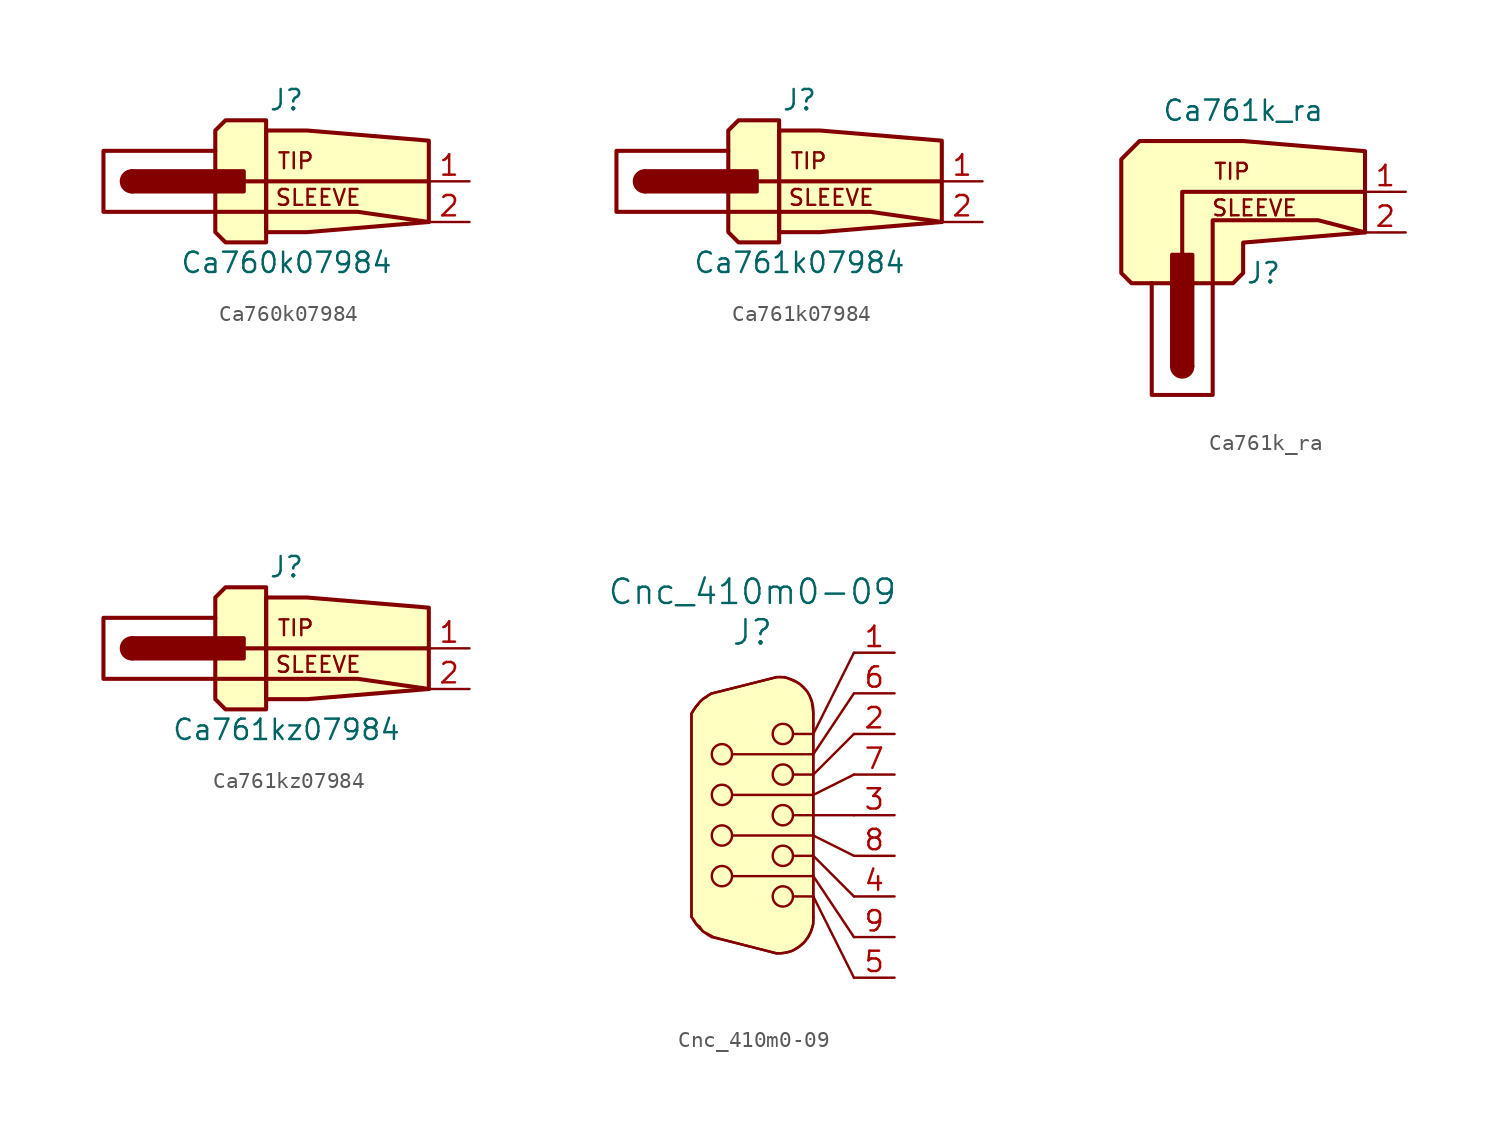
<source format=kicad_sym>
(kicad_symbol_lib
  (version 20211014)
  (generator kicad_symbol_editor)
  (symbol "Ca760k07984"
    (pin_names
      (offset 1.016) hide)
    (property "Reference" "J"
      (at 0 5.08 0)
      (effects (font (size 1.27 1.27))))
    (property "Value" "Ca760k07984"
      (at 0 -5.08 0)
      (effects (font (size 1.27 1.27))))
    (symbol "Ca760k07984_0_0"
      (text "SLEEVE" (at -0.762 -1.016 0) (effects (font (size 0.991 0.991)) (justify left)))
      (text "TIP" (at -0.635 1.27 0) (effects (font (size 0.991 0.991)) (justify left))))
    (symbol "Ca760k07984_0_1"
      (arc (start -9.652 0.635) (mid -10.287 0) (end -9.652 -0.635) (stroke (width 0.254) (type default) (color 0 0 0 0)) (fill (type outline)))
      (rectangle (start -2.667 0.635) (end -9.652 -0.635) (stroke (width 0.254) (type default) (color 0 0 0 0)) (fill (type outline)))
      (polyline (pts (xy 8.89 0) (xy -2.54 0)) (stroke (width 0.254) (type default) (color 0 0 0 0)) (fill (type none)))
      (polyline (pts (xy 8.89 -2.54) (xy 4.445 -1.905) (xy -4.445 -1.905) (xy -11.43 -1.905) (xy -11.43 1.905) (xy -4.445 1.905)) (stroke (width 0.254) (type default) (color 0 0 0 0)) (fill (type none)))
      (polyline (pts (xy -1.27 3.81) (xy -3.81 3.81) (xy -4.445 3.175) (xy -4.445 -3.175) (xy -3.81 -3.81) (xy -1.27 -3.81) (xy -1.27 3.81)) (stroke (width 0.254) (type default) (color 0 0 0 0)) (fill (type background)))
      (polyline (pts (xy 1.27 -3.175) (xy 8.89 -2.54) (xy 8.89 2.54) (xy 1.27 3.175) (xy 0 3.175) (xy -1.27 3.175) (xy -1.27 2.54) (xy -1.27 -3.175) (xy 0 -3.175) (xy 1.27 -3.175) (xy 1.27 -3.175)) (stroke (width 0.254) (type default) (color 0 0 0 0)) (fill (type background))))
    (symbol "Ca760k07984_1_1"
      (pin passive line (at 11.43 0 180) (length 2.54) (name "Tip" (effects (font (size 1.27 1.27)))) (number "1" (effects (font (size 1.27 1.27)))))
      (pin passive line (at 11.43 -2.54 180) (length 2.54) (name "Sleeve" (effects (font (size 1.27 1.27)))) (number "2" (effects (font (size 1.27 1.27)))))))
  (symbol "Ca761k07984"
    (pin_names
      (offset 1.016) hide)
    (property "Reference" "J"
      (at 0 5.08 0)
      (effects (font (size 1.27 1.27))))
    (property "Value" "Ca761k07984"
      (at 0 -5.08 0)
      (effects (font (size 1.27 1.27))))
    (symbol "Ca761k07984_0_0"
      (text "SLEEVE" (at -0.762 -1.016 0) (effects (font (size 0.991 0.991)) (justify left)))
      (text "TIP" (at -0.635 1.27 0) (effects (font (size 0.991 0.991)) (justify left))))
    (symbol "Ca761k07984_0_1"
      (arc (start -9.652 0.635) (mid -10.287 0) (end -9.652 -0.635) (stroke (width 0.254) (type default) (color 0 0 0 0)) (fill (type outline)))
      (rectangle (start -2.667 0.635) (end -9.652 -0.635) (stroke (width 0.254) (type default) (color 0 0 0 0)) (fill (type outline)))
      (polyline (pts (xy 8.89 0) (xy -2.54 0)) (stroke (width 0.254) (type default) (color 0 0 0 0)) (fill (type none)))
      (polyline (pts (xy 8.89 -2.54) (xy 4.445 -1.905) (xy -4.445 -1.905) (xy -11.43 -1.905) (xy -11.43 1.905) (xy -4.445 1.905)) (stroke (width 0.254) (type default) (color 0 0 0 0)) (fill (type none)))
      (polyline (pts (xy -1.27 3.81) (xy -3.81 3.81) (xy -4.445 3.175) (xy -4.445 -3.175) (xy -3.81 -3.81) (xy -1.27 -3.81) (xy -1.27 3.81)) (stroke (width 0.254) (type default) (color 0 0 0 0)) (fill (type background)))
      (polyline (pts (xy 1.27 -3.175) (xy 8.89 -2.54) (xy 8.89 2.54) (xy 1.27 3.175) (xy 0 3.175) (xy -1.27 3.175) (xy -1.27 2.54) (xy -1.27 -3.175) (xy 0 -3.175) (xy 1.27 -3.175) (xy 1.27 -3.175)) (stroke (width 0.254) (type default) (color 0 0 0 0)) (fill (type background))))
    (symbol "Ca761k07984_1_1"
      (pin passive line (at 11.43 0 180) (length 2.54) (name "Tip" (effects (font (size 1.27 1.27)))) (number "1" (effects (font (size 1.27 1.27)))))
      (pin passive line (at 11.43 -2.54 180) (length 2.54) (name "Sleeve" (effects (font (size 1.27 1.27)))) (number "2" (effects (font (size 1.27 1.27)))))))
  (symbol "Ca761k_ra"
    (pin_names
      (offset 1.016) hide)
    (property "Reference" "J"
      (at 0 -5.08 0)
      (effects (font (size 1.27 1.27))))
    (property "Value" "Ca761k_ra"
      (at -1.27 5.08 0)
      (effects (font (size 1.27 1.27))))
    (symbol "Ca761k_ra_0_0"
      (text "SLEEVE" (at -3.302 -1.016 0) (effects (font (size 0.991 0.991)) (justify left)))
      (text "TIP" (at -3.175 1.27 0) (effects (font (size 0.991 0.991)) (justify left))))
    (symbol "Ca761k_ra_0_1"
      (arc (start -5.715 -10.922) (mid -5.08 -11.557) (end -4.445 -10.922) (stroke (width 0.254) (type default) (color 0 0 0 0)) (fill (type outline)))
      (rectangle (start -5.715 -3.937) (end -4.445 -10.922) (stroke (width 0.254) (type default) (color 0 0 0 0)) (fill (type outline)))
      (polyline (pts (xy 6.35 0) (xy -5.08 0) (xy -5.08 -3.81)) (stroke (width 0.254) (type default) (color 0 0 0 0)) (fill (type none)))
      (polyline (pts (xy 6.35 -2.54) (xy 3.429 -1.778) (xy -3.175 -1.778) (xy -3.175 -5.715) (xy -3.175 -12.7) (xy -6.985 -12.7) (xy -6.985 -5.715)) (stroke (width 0.254) (type default) (color 0 0 0 0)) (fill (type none)))
      (polyline (pts (xy -8.255 -5.715) (xy -1.905 -5.715) (xy -1.27 -5.08) (xy -1.27 -3.175) (xy 6.35 -2.54) (xy 6.35 2.54) (xy -1.27 3.175) (xy -7.747 3.175) (xy -8.89 2.032) (xy -8.89 -5.08) (xy -8.255 -5.715)) (stroke (width 0.254) (type default) (color 0 0 0 0)) (fill (type background))))
    (symbol "Ca761k_ra_1_1"
      (pin passive line (at 8.89 0 180) (length 2.54) (name "Tip" (effects (font (size 1.27 1.27)))) (number "1" (effects (font (size 1.27 1.27)))))
      (pin passive line (at 8.89 -2.54 180) (length 2.54) (name "Sleeve" (effects (font (size 1.27 1.27)))) (number "2" (effects (font (size 1.27 1.27)))))))
  (symbol "Ca761kz07984"
    (pin_names
      (offset 1.016) hide)
    (property "Reference" "J"
      (at 0 5.08 0)
      (effects (font (size 1.27 1.27))))
    (property "Value" "Ca761kz07984"
      (at 0 -5.08 0)
      (effects (font (size 1.27 1.27))))
    (symbol "Ca761kz07984_0_0"
      (text "SLEEVE" (at -0.762 -1.016 0) (effects (font (size 0.991 0.991)) (justify left)))
      (text "TIP" (at -0.635 1.27 0) (effects (font (size 0.991 0.991)) (justify left))))
    (symbol "Ca761kz07984_0_1"
      (arc (start -9.652 0.635) (mid -10.287 0) (end -9.652 -0.635) (stroke (width 0.254) (type default) (color 0 0 0 0)) (fill (type outline)))
      (rectangle (start -2.667 0.635) (end -9.652 -0.635) (stroke (width 0.254) (type default) (color 0 0 0 0)) (fill (type outline)))
      (polyline (pts (xy 8.89 0) (xy -2.54 0)) (stroke (width 0.254) (type default) (color 0 0 0 0)) (fill (type none)))
      (polyline (pts (xy 8.89 -2.54) (xy 4.445 -1.905) (xy -4.445 -1.905) (xy -11.43 -1.905) (xy -11.43 1.905) (xy -4.445 1.905)) (stroke (width 0.254) (type default) (color 0 0 0 0)) (fill (type none)))
      (polyline (pts (xy -1.27 3.81) (xy -3.81 3.81) (xy -4.445 3.175) (xy -4.445 -3.175) (xy -3.81 -3.81) (xy -1.27 -3.81) (xy -1.27 3.81)) (stroke (width 0.254) (type default) (color 0 0 0 0)) (fill (type background)))
      (polyline (pts (xy 1.27 -3.175) (xy 8.89 -2.54) (xy 8.89 2.54) (xy 1.27 3.175) (xy 0 3.175) (xy -1.27 3.175) (xy -1.27 2.54) (xy -1.27 -3.175) (xy 0 -3.175) (xy 1.27 -3.175) (xy 1.27 -3.175)) (stroke (width 0.254) (type default) (color 0 0 0 0)) (fill (type background))))
    (symbol "Ca761kz07984_1_1"
      (pin passive line (at 11.43 0 180) (length 2.54) (name "Tip" (effects (font (size 1.27 1.27)))) (number "1" (effects (font (size 1.27 1.27)))))
      (pin passive line (at 11.43 -2.54 180) (length 2.54) (name "Sleeve" (effects (font (size 1.27 1.27)))) (number "2" (effects (font (size 1.27 1.27)))))))
  (symbol "Cnc_410m0-09"
    (pin_names
      (offset 1.016) hide)
    (property "Reference" "J"
      (at 0 11.43 0)
      (effects (font (size 1.524 1.524))))
    (property "Value" "Cnc_410m0-09"
      (at 0 13.97 0)
      (effects (font (size 1.524 1.524))))
    (symbol "Cnc_410m0-09_0_1"
      (circle (center -1.905 -3.81) (radius 0.635) (stroke (width 0) (type default) (color 0 0 0 0)) (fill (type none)))
      (circle (center -1.905 -1.27) (radius 0.635) (stroke (width 0) (type default) (color 0 0 0 0)) (fill (type none)))
      (circle (center -1.905 1.27) (radius 0.635) (stroke (width 0) (type default) (color 0 0 0 0)) (fill (type none)))
      (circle (center -1.905 3.81) (radius 0.635) (stroke (width 0) (type default) (color 0 0 0 0)) (fill (type none)))
      (polyline (pts (xy 3.81 -5.08) (xy 2.54 -5.08)) (stroke (width 0) (type default) (color 0 0 0 0)) (fill (type none)))
      (polyline (pts (xy 3.81 -5.08) (xy 6.35 -10.16)) (stroke (width 0) (type default) (color 0 0 0 0)) (fill (type none)))
      (polyline (pts (xy 3.81 -3.81) (xy -1.27 -3.81)) (stroke (width 0) (type default) (color 0 0 0 0)) (fill (type none)))
      (polyline (pts (xy 3.81 -3.81) (xy 6.35 -7.62)) (stroke (width 0) (type default) (color 0 0 0 0)) (fill (type none)))
      (polyline (pts (xy 3.81 -2.54) (xy 2.54 -2.54)) (stroke (width 0) (type default) (color 0 0 0 0)) (fill (type none)))
      (polyline (pts (xy 3.81 -2.54) (xy 6.35 -5.08)) (stroke (width 0) (type default) (color 0 0 0 0)) (fill (type none)))
      (polyline (pts (xy 3.81 -1.27) (xy -1.27 -1.27)) (stroke (width 0) (type default) (color 0 0 0 0)) (fill (type none)))
      (polyline (pts (xy 3.81 -1.27) (xy 6.35 -2.54)) (stroke (width 0) (type default) (color 0 0 0 0)) (fill (type none)))
      (polyline (pts (xy 3.81 0) (xy 2.54 0)) (stroke (width 0) (type default) (color 0 0 0 0)) (fill (type none)))
      (polyline (pts (xy 3.81 0) (xy 6.35 0)) (stroke (width 0) (type default) (color 0 0 0 0)) (fill (type none)))
      (polyline (pts (xy 3.81 1.27) (xy -1.27 1.27)) (stroke (width 0) (type default) (color 0 0 0 0)) (fill (type none)))
      (polyline (pts (xy 3.81 1.27) (xy 6.35 2.54)) (stroke (width 0) (type default) (color 0 0 0 0)) (fill (type none)))
      (polyline (pts (xy 3.81 2.54) (xy 2.54 2.54)) (stroke (width 0) (type default) (color 0 0 0 0)) (fill (type none)))
      (polyline (pts (xy 3.81 2.54) (xy 6.35 5.08)) (stroke (width 0) (type default) (color 0 0 0 0)) (fill (type none)))
      (polyline (pts (xy 3.81 3.81) (xy -1.27 3.81)) (stroke (width 0) (type default) (color 0 0 0 0)) (fill (type none)))
      (polyline (pts (xy 3.81 3.81) (xy 6.35 7.62)) (stroke (width 0) (type default) (color 0 0 0 0)) (fill (type none)))
      (polyline (pts (xy 3.81 5.08) (xy 2.54 5.08)) (stroke (width 0) (type default) (color 0 0 0 0)) (fill (type none)))
      (polyline (pts (xy 3.81 5.08) (xy 6.35 10.16)) (stroke (width 0) (type default) (color 0 0 0 0)) (fill (type none)))
      (circle (center 1.905 -5.08) (radius 0.635) (stroke (width 0) (type default) (color 0 0 0 0)) (fill (type none)))
      (circle (center 1.905 -2.54) (radius 0.635) (stroke (width 0) (type default) (color 0 0 0 0)) (fill (type none)))
      (circle (center 1.905 0) (radius 0.635) (stroke (width 0) (type default) (color 0 0 0 0)) (fill (type none)))
      (circle (center 1.905 2.54) (radius 0.635) (stroke (width 0) (type default) (color 0 0 0 0)) (fill (type none)))
      (circle (center 1.905 5.08) (radius 0.635) (stroke (width 0) (type default) (color 0 0 0 0)) (fill (type none))))
    (symbol "Cnc_410m0-09_1_1"
      (arc (start -3.81 -6.35) (mid -3.278 -7.088) (end -2.54 -7.62) (stroke (width 0) (type default) (color 0 0 0 0)) (fill (type none)))
      (arc (start -2.54 7.62) (mid -3.278 7.088) (end -3.81 6.35) (stroke (width 0) (type default) (color 0 0 0 0)) (fill (type none)))
      (polyline (pts (xy -3.81 6.35) (xy -3.81 -6.35)) (stroke (width 0) (type default) (color 0 0 0 0)) (fill (type background)))
      (polyline (pts (xy -2.54 7.62) (xy 1.524 8.636)) (stroke (width 0) (type default) (color 0 0 0 0)) (fill (type background)))
      (polyline (pts (xy 1.524 -8.636) (xy -2.54 -7.62)) (stroke (width 0) (type default) (color 0 0 0 0)) (fill (type background)))
      (polyline (pts (xy 3.81 6.35) (xy 3.81 -6.35)) (stroke (width 0) (type default) (color 0 0 0 0)) (fill (type background)))
      (polyline (pts (xy -2.54 7.62) (xy -2.794 7.468) (xy -2.896 7.366) (xy -3.048 7.315) (xy -3.2 7.163) (xy -3.302 7.061) (xy -3.404 6.909) (xy -3.505 6.807) (xy -3.607 6.655) (xy -3.708 6.502) (xy -3.81 6.35) (xy -3.81 -6.35) (xy -3.658 -6.553) (xy -3.505 -6.807) (xy -3.302 -6.96) (xy -3.099 -7.264) (xy -2.794 -7.417) (xy -2.438 -7.62) (xy 1.473 -8.636) (xy 1.727 -8.636) (xy 2.134 -8.585) (xy 2.489 -8.484) (xy 2.896 -8.23) (xy 3.251 -7.925) (xy 3.505 -7.569) (xy 3.658 -7.264) (xy 3.81 -6.807) (xy 3.81 -6.35) (xy 3.81 6.35) (xy 3.759 6.756) (xy 3.708 7.112) (xy 3.556 7.518) (xy 3.404 7.772) (xy 3.2 7.976) (xy 2.997 8.179) (xy 2.743 8.331) (xy 2.388 8.484) (xy 2.032 8.636) (xy 1.778 8.636) (xy 1.524 8.636) (xy -2.489 7.62)) (stroke (width 0) (type default) (color 0 0 0 0)) (fill (type background)))
      (arc (start 1.524 -8.636) (mid 3.1855 -8.0115) (end 3.81 -6.35) (stroke (width 0) (type default) (color 0 0 0 0)) (fill (type none)))
      (arc (start 3.81 6.35) (mid 3.1855 8.0115) (end 1.524 8.636) (stroke (width 0) (type default) (color 0 0 0 0)) (fill (type none)))
      (pin passive line (at 8.89 10.16 180) (length 2.54) (name "Pin_1" (effects (font (size 1.27 1.27)))) (number "1" (effects (font (size 1.27 1.27)))))
      (pin passive line (at 8.89 5.08 180) (length 2.54) (name "Pin_2" (effects (font (size 1.27 1.27)))) (number "2" (effects (font (size 1.27 1.27)))))
      (pin passive line (at 8.89 0 180) (length 2.54) (name "Pin_3" (effects (font (size 1.27 1.27)))) (number "3" (effects (font (size 1.27 1.27)))))
      (pin passive line (at 8.89 -5.08 180) (length 2.54) (name "Pin_4" (effects (font (size 1.27 1.27)))) (number "4" (effects (font (size 1.27 1.27)))))
      (pin passive line (at 8.89 -10.16 180) (length 2.54) (name "Pin_5" (effects (font (size 1.27 1.27)))) (number "5" (effects (font (size 1.27 1.27)))))
      (pin passive line (at 8.89 7.62 180) (length 2.54) (name "Pin_6" (effects (font (size 1.27 1.27)))) (number "6" (effects (font (size 1.27 1.27)))))
      (pin passive line (at 8.89 2.54 180) (length 2.54) (name "Pin_7" (effects (font (size 1.27 1.27)))) (number "7" (effects (font (size 1.27 1.27)))))
      (pin passive line (at 8.89 -2.54 180) (length 2.54) (name "Pin_8" (effects (font (size 1.27 1.27)))) (number "8" (effects (font (size 1.27 1.27)))))
      (pin passive line (at 8.89 -7.62 180) (length 2.54) (name "Pin_9" (effects (font (size 1.27 1.27)))) (number "9" (effects (font (size 1.27 1.27))))))))
</source>
